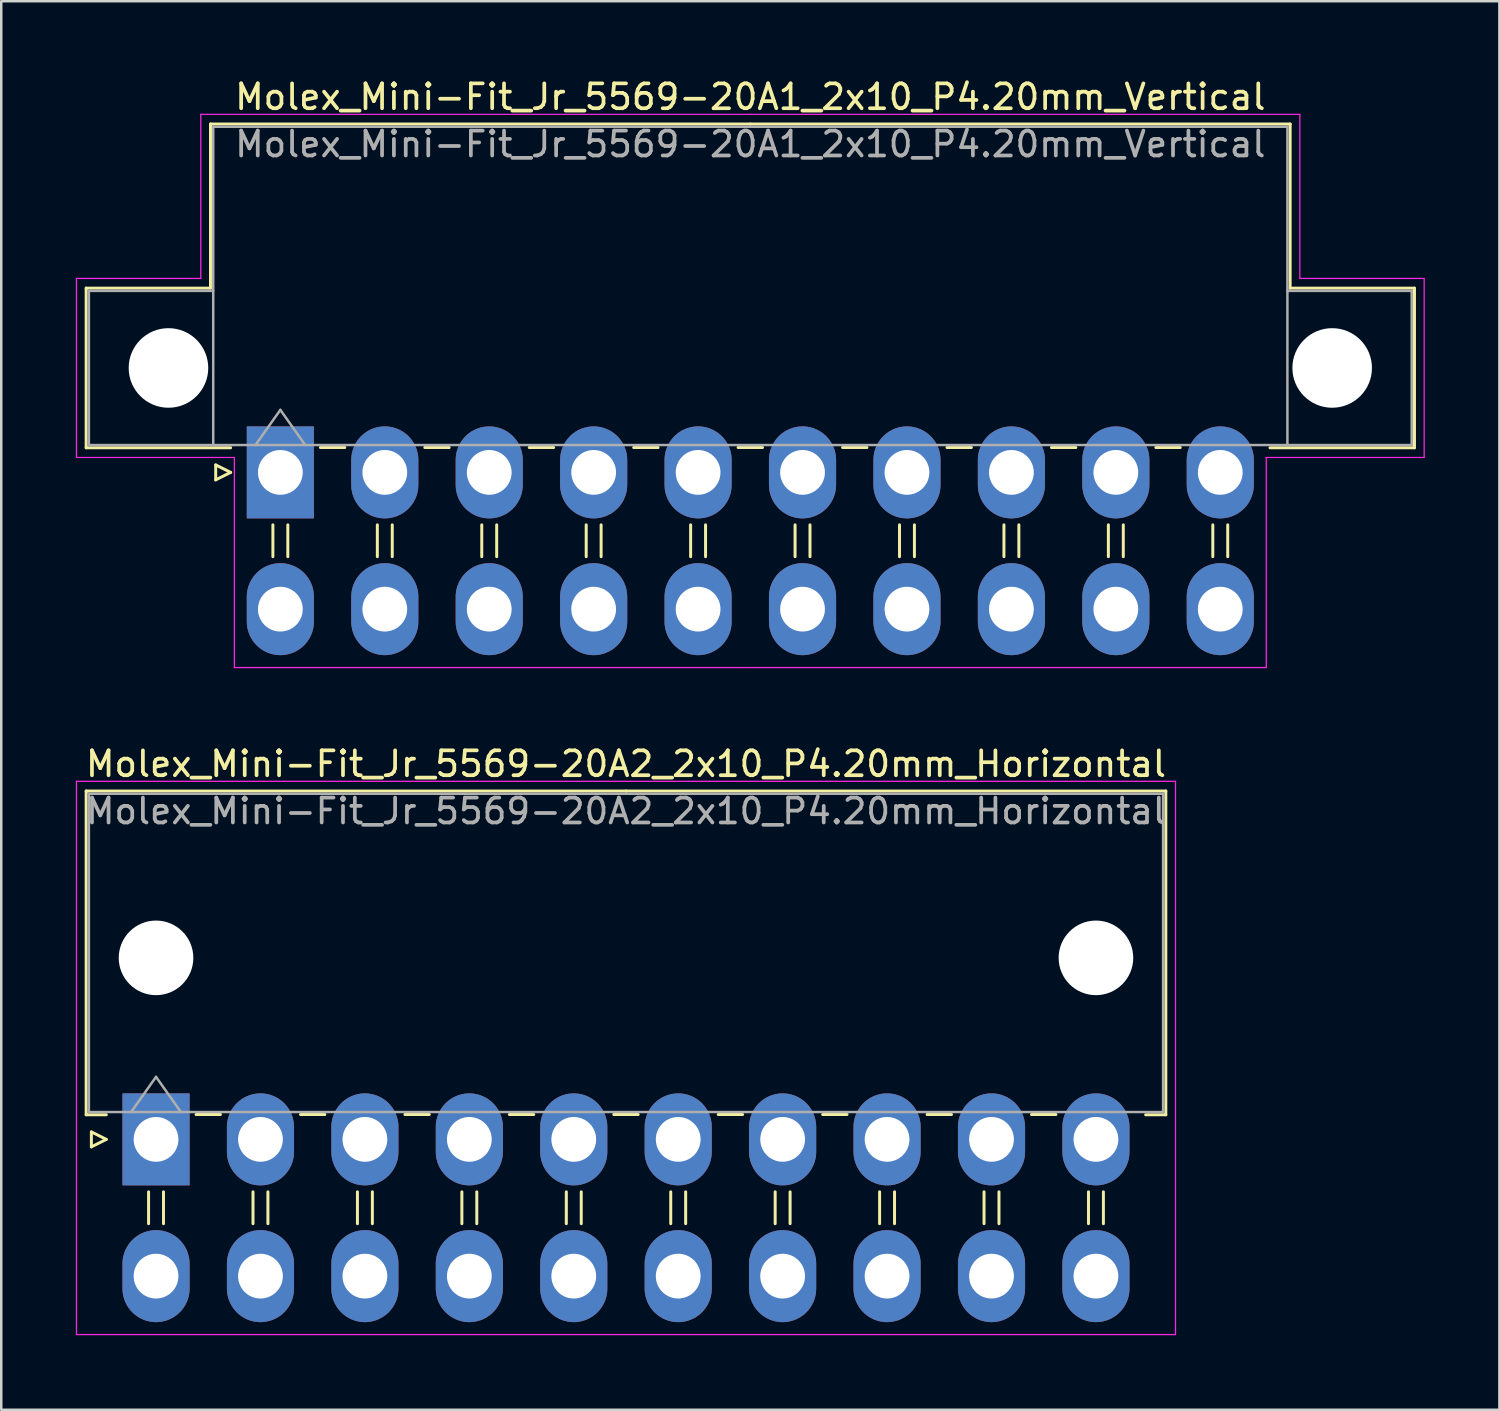
<source format=kicad_pcb>
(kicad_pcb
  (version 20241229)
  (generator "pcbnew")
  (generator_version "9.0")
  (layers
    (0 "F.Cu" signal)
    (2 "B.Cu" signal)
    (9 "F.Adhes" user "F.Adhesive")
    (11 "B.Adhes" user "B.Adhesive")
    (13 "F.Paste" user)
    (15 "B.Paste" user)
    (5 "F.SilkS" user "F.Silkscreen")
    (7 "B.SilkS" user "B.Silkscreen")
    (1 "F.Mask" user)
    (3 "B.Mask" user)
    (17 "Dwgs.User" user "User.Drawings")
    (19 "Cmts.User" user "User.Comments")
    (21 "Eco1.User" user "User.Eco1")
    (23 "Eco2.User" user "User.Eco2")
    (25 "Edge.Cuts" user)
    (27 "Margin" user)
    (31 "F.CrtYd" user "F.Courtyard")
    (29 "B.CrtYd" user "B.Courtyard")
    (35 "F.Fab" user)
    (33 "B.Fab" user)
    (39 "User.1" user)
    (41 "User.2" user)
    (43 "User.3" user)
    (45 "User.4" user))
  (footprint "Molex_Mini-Fit_Jr_5569-20A2_2x10_P4.20mm_Horizontal"
    (layer "F.Cu")
    (at 3.225 42.772)
    (property "Reference" "Molex_Mini-Fit_Jr_5569-20A2_2x10_P4.20mm_Horizontal" (at 18.9 -15.1 0) (layer "F.SilkS") (effects (font (size 1 1) (thickness 0.15))))
    (attr through_hole)
    (fp_line (start -2.81 -14.01) (end 18.9 -14.01) (stroke (width 0.12) (type solid)) (layer "F.SilkS"))
    (fp_line (start -2.81 -0.99) (end -2.81 -14.01) (stroke (width 0.12) (type solid)) (layer "F.SilkS"))
    (fp_line (start -2.6 -0.3) (end -2 0) (stroke (width 0.12) (type solid)) (layer "F.SilkS"))
    (fp_line (start -2.6 0.3) (end -2.6 -0.3) (stroke (width 0.12) (type solid)) (layer "F.SilkS"))
    (fp_line (start -2 -0.99) (end -2.81 -0.99) (stroke (width 0.12) (type solid)) (layer "F.SilkS"))
    (fp_line (start -2 0) (end -2.6 0.3) (stroke (width 0.12) (type solid)) (layer "F.SilkS"))
    (fp_line (start -0.3 2.11) (end -0.3 3.39) (stroke (width 0.12) (type solid)) (layer "F.SilkS"))
    (fp_line (start 0.3 2.11) (end 0.3 3.39) (stroke (width 0.12) (type solid)) (layer "F.SilkS"))
    (fp_line (start 1.61 -1) (end 2.59 -1) (stroke (width 0.12) (type solid)) (layer "F.SilkS"))
    (fp_line (start 3.9 2.11) (end 3.9 3.39) (stroke (width 0.12) (type solid)) (layer "F.SilkS"))
    (fp_line (start 4.5 2.11) (end 4.5 3.39) (stroke (width 0.12) (type solid)) (layer "F.SilkS"))
    (fp_line (start 5.81 -1) (end 6.79 -1) (stroke (width 0.12) (type solid)) (layer "F.SilkS"))
    (fp_line (start 8.1 2.11) (end 8.1 3.39) (stroke (width 0.12) (type solid)) (layer "F.SilkS"))
    (fp_line (start 8.7 2.11) (end 8.7 3.39) (stroke (width 0.12) (type solid)) (layer "F.SilkS"))
    (fp_line (start 10.01 -1) (end 10.99 -1) (stroke (width 0.12) (type solid)) (layer "F.SilkS"))
    (fp_line (start 12.3 2.11) (end 12.3 3.39) (stroke (width 0.12) (type solid)) (layer "F.SilkS"))
    (fp_line (start 12.9 2.11) (end 12.9 3.39) (stroke (width 0.12) (type solid)) (layer "F.SilkS"))
    (fp_line (start 14.21 -1) (end 15.19 -1) (stroke (width 0.12) (type solid)) (layer "F.SilkS"))
    (fp_line (start 16.5 2.11) (end 16.5 3.39) (stroke (width 0.12) (type solid)) (layer "F.SilkS"))
    (fp_line (start 17.1 2.11) (end 17.1 3.39) (stroke (width 0.12) (type solid)) (layer "F.SilkS"))
    (fp_line (start 18.41 -1) (end 19.39 -1) (stroke (width 0.12) (type solid)) (layer "F.SilkS"))
    (fp_line (start 20.7 2.11) (end 20.7 3.39) (stroke (width 0.12) (type solid)) (layer "F.SilkS"))
    (fp_line (start 21.3 2.11) (end 21.3 3.39) (stroke (width 0.12) (type solid)) (layer "F.SilkS"))
    (fp_line (start 22.61 -1) (end 23.59 -1) (stroke (width 0.12) (type solid)) (layer "F.SilkS"))
    (fp_line (start 24.9 2.11) (end 24.9 3.39) (stroke (width 0.12) (type solid)) (layer "F.SilkS"))
    (fp_line (start 25.5 2.11) (end 25.5 3.39) (stroke (width 0.12) (type solid)) (layer "F.SilkS"))
    (fp_line (start 26.81 -1) (end 27.79 -1) (stroke (width 0.12) (type solid)) (layer "F.SilkS"))
    (fp_line (start 29.1 2.11) (end 29.1 3.39) (stroke (width 0.12) (type solid)) (layer "F.SilkS"))
    (fp_line (start 29.7 2.11) (end 29.7 3.39) (stroke (width 0.12) (type solid)) (layer "F.SilkS"))
    (fp_line (start 31.01 -1) (end 31.99 -1) (stroke (width 0.12) (type solid)) (layer "F.SilkS"))
    (fp_line (start 33.3 2.11) (end 33.3 3.39) (stroke (width 0.12) (type solid)) (layer "F.SilkS"))
    (fp_line (start 33.9 2.11) (end 33.9 3.39) (stroke (width 0.12) (type solid)) (layer "F.SilkS"))
    (fp_line (start 35.21 -1) (end 36.19 -1) (stroke (width 0.12) (type solid)) (layer "F.SilkS"))
    (fp_line (start 37.5 2.11) (end 37.5 3.39) (stroke (width 0.12) (type solid)) (layer "F.SilkS"))
    (fp_line (start 38.1 2.11) (end 38.1 3.39) (stroke (width 0.12) (type solid)) (layer "F.SilkS"))
    (fp_line (start 39.8 -0.99) (end 40.61 -0.99) (stroke (width 0.12) (type solid)) (layer "F.SilkS"))
    (fp_line (start 40.61 -14.01) (end 18.9 -14.01) (stroke (width 0.12) (type solid)) (layer "F.SilkS"))
    (fp_line (start 40.61 -0.99) (end 40.61 -14.01) (stroke (width 0.12) (type solid)) (layer "F.SilkS"))
    (fp_line (start -3.2 -14.4) (end -3.2 7.85) (stroke (width 0.05) (type solid)) (layer "F.CrtYd"))
    (fp_line (start -3.2 7.85) (end 41 7.85) (stroke (width 0.05) (type solid)) (layer "F.CrtYd"))
    (fp_line (start 41 -14.4) (end -3.2 -14.4) (stroke (width 0.05) (type solid)) (layer "F.CrtYd"))
    (fp_line (start 41 7.85) (end 41 -14.4) (stroke (width 0.05) (type solid)) (layer "F.CrtYd"))
    (fp_line (start -2.7 -13.9) (end -2.7 -1.1) (stroke (width 0.1) (type solid)) (layer "F.Fab"))
    (fp_line (start -2.7 -1.1) (end 40.5 -1.1) (stroke (width 0.1) (type solid)) (layer "F.Fab"))
    (fp_line (start -1 -1.1) (end 0 -2.514) (stroke (width 0.1) (type solid)) (layer "F.Fab"))
    (fp_line (start 0 -2.514) (end 1 -1.1) (stroke (width 0.1) (type solid)) (layer "F.Fab"))
    (fp_line (start 40.5 -13.9) (end -2.7 -13.9) (stroke (width 0.1) (type solid)) (layer "F.Fab"))
    (fp_line (start 40.5 -1.1) (end 40.5 -13.9) (stroke (width 0.1) (type solid)) (layer "F.Fab"))
    (fp_text user "${REFERENCE}" (at 18.9 -13.2 0) (layer "F.Fab") (effects (font (size 1 1) (thickness 0.15))))
    (pad "" np_thru_hole circle (at 0 -7.3) (size 3 3) (drill 3) (layers "*.Cu" "*.Mask"))
    (pad "" np_thru_hole circle (at 37.8 -7.3) (size 3 3) (drill 3) (layers "*.Cu" "*.Mask"))
    (pad "1" thru_hole rect (at 0 0) (size 2.7 3.7) (drill 1.8) (layers "*.Cu" "*.Mask"))
    (pad "2" thru_hole oval (at 4.2 0) (size 2.7 3.7) (drill 1.8) (layers "*.Cu" "*.Mask"))
    (pad "3" thru_hole oval (at 8.4 0) (size 2.7 3.7) (drill 1.8) (layers "*.Cu" "*.Mask"))
    (pad "4" thru_hole oval (at 12.6 0) (size 2.7 3.7) (drill 1.8) (layers "*.Cu" "*.Mask"))
    (pad "5" thru_hole oval (at 16.8 0) (size 2.7 3.7) (drill 1.8) (layers "*.Cu" "*.Mask"))
    (pad "6" thru_hole oval (at 21 0) (size 2.7 3.7) (drill 1.8) (layers "*.Cu" "*.Mask"))
    (pad "7" thru_hole oval (at 25.2 0) (size 2.7 3.7) (drill 1.8) (layers "*.Cu" "*.Mask"))
    (pad "8" thru_hole oval (at 29.4 0) (size 2.7 3.7) (drill 1.8) (layers "*.Cu" "*.Mask"))
    (pad "9" thru_hole oval (at 33.6 0) (size 2.7 3.7) (drill 1.8) (layers "*.Cu" "*.Mask"))
    (pad "10" thru_hole oval (at 37.8 0) (size 2.7 3.7) (drill 1.8) (layers "*.Cu" "*.Mask"))
    (pad "11" thru_hole oval (at 0 5.5) (size 2.7 3.7) (drill 1.8) (layers "*.Cu" "*.Mask"))
    (pad "12" thru_hole oval (at 4.2 5.5) (size 2.7 3.7) (drill 1.8) (layers "*.Cu" "*.Mask"))
    (pad "13" thru_hole oval (at 8.4 5.5) (size 2.7 3.7) (drill 1.8) (layers "*.Cu" "*.Mask"))
    (pad "14" thru_hole oval (at 12.6 5.5) (size 2.7 3.7) (drill 1.8) (layers "*.Cu" "*.Mask"))
    (pad "15" thru_hole oval (at 16.8 5.5) (size 2.7 3.7) (drill 1.8) (layers "*.Cu" "*.Mask"))
    (pad "16" thru_hole oval (at 21 5.5) (size 2.7 3.7) (drill 1.8) (layers "*.Cu" "*.Mask"))
    (pad "17" thru_hole oval (at 25.2 5.5) (size 2.7 3.7) (drill 1.8) (layers "*.Cu" "*.Mask"))
    (pad "18" thru_hole oval (at 29.4 5.5) (size 2.7 3.7) (drill 1.8) (layers "*.Cu" "*.Mask"))
    (pad "19" thru_hole oval (at 33.6 5.5) (size 2.7 3.7) (drill 1.8) (layers "*.Cu" "*.Mask"))
    (pad "20" thru_hole oval (at 37.8 5.5) (size 2.7 3.7) (drill 1.8) (layers "*.Cu" "*.Mask")))
  (footprint "Molex_Mini-Fit_Jr_5569-20A1_2x10_P4.20mm_Vertical"
    (layer "F.Cu")
    (at 8.225 15.948)
    (property "Reference" "Molex_Mini-Fit_Jr_5569-20A1_2x10_P4.20mm_Vertical" (at 18.9 -15.1 0) (layer "F.SilkS") (effects (font (size 1 1) (thickness 0.15))))
    (attr through_hole)
    (fp_line (start -7.81 -7.41) (end -7.81 -0.99) (stroke (width 0.12) (type solid)) (layer "F.SilkS"))
    (fp_line (start -7.81 -0.99) (end -2 -0.99) (stroke (width 0.12) (type solid)) (layer "F.SilkS"))
    (fp_line (start -2.81 -14.01) (end -2.81 -7.41) (stroke (width 0.12) (type solid)) (layer "F.SilkS"))
    (fp_line (start -2.81 -7.41) (end -7.81 -7.41) (stroke (width 0.12) (type solid)) (layer "F.SilkS"))
    (fp_line (start -2.6 -0.3) (end -2 0) (stroke (width 0.12) (type solid)) (layer "F.SilkS"))
    (fp_line (start -2.6 0.3) (end -2.6 -0.3) (stroke (width 0.12) (type solid)) (layer "F.SilkS"))
    (fp_line (start -2 0) (end -2.6 0.3) (stroke (width 0.12) (type solid)) (layer "F.SilkS"))
    (fp_line (start -0.3 2.11) (end -0.3 3.39) (stroke (width 0.12) (type solid)) (layer "F.SilkS"))
    (fp_line (start 0.3 2.11) (end 0.3 3.39) (stroke (width 0.12) (type solid)) (layer "F.SilkS"))
    (fp_line (start 1.61 -1) (end 2.59 -1) (stroke (width 0.12) (type solid)) (layer "F.SilkS"))
    (fp_line (start 3.9 2.11) (end 3.9 3.39) (stroke (width 0.12) (type solid)) (layer "F.SilkS"))
    (fp_line (start 4.5 2.11) (end 4.5 3.39) (stroke (width 0.12) (type solid)) (layer "F.SilkS"))
    (fp_line (start 5.81 -1) (end 6.79 -1) (stroke (width 0.12) (type solid)) (layer "F.SilkS"))
    (fp_line (start 8.1 2.11) (end 8.1 3.39) (stroke (width 0.12) (type solid)) (layer "F.SilkS"))
    (fp_line (start 8.7 2.11) (end 8.7 3.39) (stroke (width 0.12) (type solid)) (layer "F.SilkS"))
    (fp_line (start 10.01 -1) (end 10.99 -1) (stroke (width 0.12) (type solid)) (layer "F.SilkS"))
    (fp_line (start 12.3 2.11) (end 12.3 3.39) (stroke (width 0.12) (type solid)) (layer "F.SilkS"))
    (fp_line (start 12.9 2.11) (end 12.9 3.39) (stroke (width 0.12) (type solid)) (layer "F.SilkS"))
    (fp_line (start 14.21 -1) (end 15.19 -1) (stroke (width 0.12) (type solid)) (layer "F.SilkS"))
    (fp_line (start 16.5 2.11) (end 16.5 3.39) (stroke (width 0.12) (type solid)) (layer "F.SilkS"))
    (fp_line (start 17.1 2.11) (end 17.1 3.39) (stroke (width 0.12) (type solid)) (layer "F.SilkS"))
    (fp_line (start 18.41 -1) (end 19.39 -1) (stroke (width 0.12) (type solid)) (layer "F.SilkS"))
    (fp_line (start 18.9 -14.01) (end -2.81 -14.01) (stroke (width 0.12) (type solid)) (layer "F.SilkS"))
    (fp_line (start 18.9 -14.01) (end 40.61 -14.01) (stroke (width 0.12) (type solid)) (layer "F.SilkS"))
    (fp_line (start 20.7 2.11) (end 20.7 3.39) (stroke (width 0.12) (type solid)) (layer "F.SilkS"))
    (fp_line (start 21.3 2.11) (end 21.3 3.39) (stroke (width 0.12) (type solid)) (layer "F.SilkS"))
    (fp_line (start 22.61 -1) (end 23.59 -1) (stroke (width 0.12) (type solid)) (layer "F.SilkS"))
    (fp_line (start 24.9 2.11) (end 24.9 3.39) (stroke (width 0.12) (type solid)) (layer "F.SilkS"))
    (fp_line (start 25.5 2.11) (end 25.5 3.39) (stroke (width 0.12) (type solid)) (layer "F.SilkS"))
    (fp_line (start 26.81 -1) (end 27.79 -1) (stroke (width 0.12) (type solid)) (layer "F.SilkS"))
    (fp_line (start 29.1 2.11) (end 29.1 3.39) (stroke (width 0.12) (type solid)) (layer "F.SilkS"))
    (fp_line (start 29.7 2.11) (end 29.7 3.39) (stroke (width 0.12) (type solid)) (layer "F.SilkS"))
    (fp_line (start 31.01 -1) (end 31.99 -1) (stroke (width 0.12) (type solid)) (layer "F.SilkS"))
    (fp_line (start 33.3 2.11) (end 33.3 3.39) (stroke (width 0.12) (type solid)) (layer "F.SilkS"))
    (fp_line (start 33.9 2.11) (end 33.9 3.39) (stroke (width 0.12) (type solid)) (layer "F.SilkS"))
    (fp_line (start 35.21 -1) (end 36.19 -1) (stroke (width 0.12) (type solid)) (layer "F.SilkS"))
    (fp_line (start 37.5 2.11) (end 37.5 3.39) (stroke (width 0.12) (type solid)) (layer "F.SilkS"))
    (fp_line (start 38.1 2.11) (end 38.1 3.39) (stroke (width 0.12) (type solid)) (layer "F.SilkS"))
    (fp_line (start 40.61 -14.01) (end 40.61 -7.41) (stroke (width 0.12) (type solid)) (layer "F.SilkS"))
    (fp_line (start 40.61 -7.41) (end 45.61 -7.41) (stroke (width 0.12) (type solid)) (layer "F.SilkS"))
    (fp_line (start 45.61 -7.41) (end 45.61 -0.99) (stroke (width 0.12) (type solid)) (layer "F.SilkS"))
    (fp_line (start 45.61 -0.99) (end 39.8 -0.99) (stroke (width 0.12) (type solid)) (layer "F.SilkS"))
    (fp_line (start -8.2 -7.8) (end -8.2 -0.6) (stroke (width 0.05) (type solid)) (layer "F.CrtYd"))
    (fp_line (start -8.2 -0.6) (end -1.85 -0.6) (stroke (width 0.05) (type solid)) (layer "F.CrtYd"))
    (fp_line (start -3.2 -14.4) (end -3.2 -7.8) (stroke (width 0.05) (type solid)) (layer "F.CrtYd"))
    (fp_line (start -3.2 -7.8) (end -8.2 -7.8) (stroke (width 0.05) (type solid)) (layer "F.CrtYd"))
    (fp_line (start -1.85 -0.6) (end -1.85 7.85) (stroke (width 0.05) (type solid)) (layer "F.CrtYd"))
    (fp_line (start -1.85 7.85) (end 18.9 7.85) (stroke (width 0.05) (type solid)) (layer "F.CrtYd"))
    (fp_line (start 18.9 -14.4) (end -3.2 -14.4) (stroke (width 0.05) (type solid)) (layer "F.CrtYd"))
    (fp_line (start 18.9 -14.4) (end 41 -14.4) (stroke (width 0.05) (type solid)) (layer "F.CrtYd"))
    (fp_line (start 39.65 -0.6) (end 39.65 7.85) (stroke (width 0.05) (type solid)) (layer "F.CrtYd"))
    (fp_line (start 39.65 7.85) (end 18.9 7.85) (stroke (width 0.05) (type solid)) (layer "F.CrtYd"))
    (fp_line (start 41 -14.4) (end 41 -7.8) (stroke (width 0.05) (type solid)) (layer "F.CrtYd"))
    (fp_line (start 41 -7.8) (end 46 -7.8) (stroke (width 0.05) (type solid)) (layer "F.CrtYd"))
    (fp_line (start 46 -7.8) (end 46 -0.6) (stroke (width 0.05) (type solid)) (layer "F.CrtYd"))
    (fp_line (start 46 -0.6) (end 39.65 -0.6) (stroke (width 0.05) (type solid)) (layer "F.CrtYd"))
    (fp_line (start -7.7 -7.3) (end -7.7 -1.1) (stroke (width 0.1) (type solid)) (layer "F.Fab"))
    (fp_line (start -7.7 -1.1) (end -2.7 -1.1) (stroke (width 0.1) (type solid)) (layer "F.Fab"))
    (fp_line (start -2.7 -13.9) (end -2.7 -1.1) (stroke (width 0.1) (type solid)) (layer "F.Fab"))
    (fp_line (start -2.7 -7.3) (end -7.7 -7.3) (stroke (width 0.1) (type solid)) (layer "F.Fab"))
    (fp_line (start -2.7 -1.1) (end 40.5 -1.1) (stroke (width 0.1) (type solid)) (layer "F.Fab"))
    (fp_line (start -1 -1.1) (end 0 -2.514) (stroke (width 0.1) (type solid)) (layer "F.Fab"))
    (fp_line (start 0 -2.514) (end 1 -1.1) (stroke (width 0.1) (type solid)) (layer "F.Fab"))
    (fp_line (start 40.5 -13.9) (end -2.7 -13.9) (stroke (width 0.1) (type solid)) (layer "F.Fab"))
    (fp_line (start 40.5 -7.3) (end 45.5 -7.3) (stroke (width 0.1) (type solid)) (layer "F.Fab"))
    (fp_line (start 40.5 -1.1) (end 40.5 -13.9) (stroke (width 0.1) (type solid)) (layer "F.Fab"))
    (fp_line (start 45.5 -7.3) (end 45.5 -1.1) (stroke (width 0.1) (type solid)) (layer "F.Fab"))
    (fp_line (start 45.5 -1.1) (end 40.5 -1.1) (stroke (width 0.1) (type solid)) (layer "F.Fab"))
    (fp_text user "${REFERENCE}" (at 18.9 -13.2 0) (layer "F.Fab") (effects (font (size 1 1) (thickness 0.15))))
    (pad "" np_thru_hole circle (at -4.5 -4.2) (size 3.2 3.2) (drill 3.2) (layers "*.Cu" "*.Mask"))
    (pad "" np_thru_hole circle (at 42.3 -4.2) (size 3.2 3.2) (drill 3.2) (layers "*.Cu" "*.Mask"))
    (pad "1" thru_hole rect (at 0 0) (size 2.7 3.7) (drill 1.8) (layers "*.Cu" "*.Mask"))
    (pad "2" thru_hole oval (at 4.2 0) (size 2.7 3.7) (drill 1.8) (layers "*.Cu" "*.Mask"))
    (pad "3" thru_hole oval (at 8.4 0) (size 2.7 3.7) (drill 1.8) (layers "*.Cu" "*.Mask"))
    (pad "4" thru_hole oval (at 12.6 0) (size 2.7 3.7) (drill 1.8) (layers "*.Cu" "*.Mask"))
    (pad "5" thru_hole oval (at 16.8 0) (size 2.7 3.7) (drill 1.8) (layers "*.Cu" "*.Mask"))
    (pad "6" thru_hole oval (at 21 0) (size 2.7 3.7) (drill 1.8) (layers "*.Cu" "*.Mask"))
    (pad "7" thru_hole oval (at 25.2 0) (size 2.7 3.7) (drill 1.8) (layers "*.Cu" "*.Mask"))
    (pad "8" thru_hole oval (at 29.4 0) (size 2.7 3.7) (drill 1.8) (layers "*.Cu" "*.Mask"))
    (pad "9" thru_hole oval (at 33.6 0) (size 2.7 3.7) (drill 1.8) (layers "*.Cu" "*.Mask"))
    (pad "10" thru_hole oval (at 37.8 0) (size 2.7 3.7) (drill 1.8) (layers "*.Cu" "*.Mask"))
    (pad "11" thru_hole oval (at 0 5.5) (size 2.7 3.7) (drill 1.8) (layers "*.Cu" "*.Mask"))
    (pad "12" thru_hole oval (at 4.2 5.5) (size 2.7 3.7) (drill 1.8) (layers "*.Cu" "*.Mask"))
    (pad "13" thru_hole oval (at 8.4 5.5) (size 2.7 3.7) (drill 1.8) (layers "*.Cu" "*.Mask"))
    (pad "14" thru_hole oval (at 12.6 5.5) (size 2.7 3.7) (drill 1.8) (layers "*.Cu" "*.Mask"))
    (pad "15" thru_hole oval (at 16.8 5.5) (size 2.7 3.7) (drill 1.8) (layers "*.Cu" "*.Mask"))
    (pad "16" thru_hole oval (at 21 5.5) (size 2.7 3.7) (drill 1.8) (layers "*.Cu" "*.Mask"))
    (pad "17" thru_hole oval (at 25.2 5.5) (size 2.7 3.7) (drill 1.8) (layers "*.Cu" "*.Mask"))
    (pad "18" thru_hole oval (at 29.4 5.5) (size 2.7 3.7) (drill 1.8) (layers "*.Cu" "*.Mask"))
    (pad "19" thru_hole oval (at 33.6 5.5) (size 2.7 3.7) (drill 1.8) (layers "*.Cu" "*.Mask"))
    (pad "20" thru_hole oval (at 37.8 5.5) (size 2.7 3.7) (drill 1.8) (layers "*.Cu" "*.Mask")))
  (gr_rect
    (start -3 -3)
    (end 57.25 53.647)
    (stroke (width 0.1) (type default))
    (fill no)
    (layer "Edge.Cuts")))
</source>
